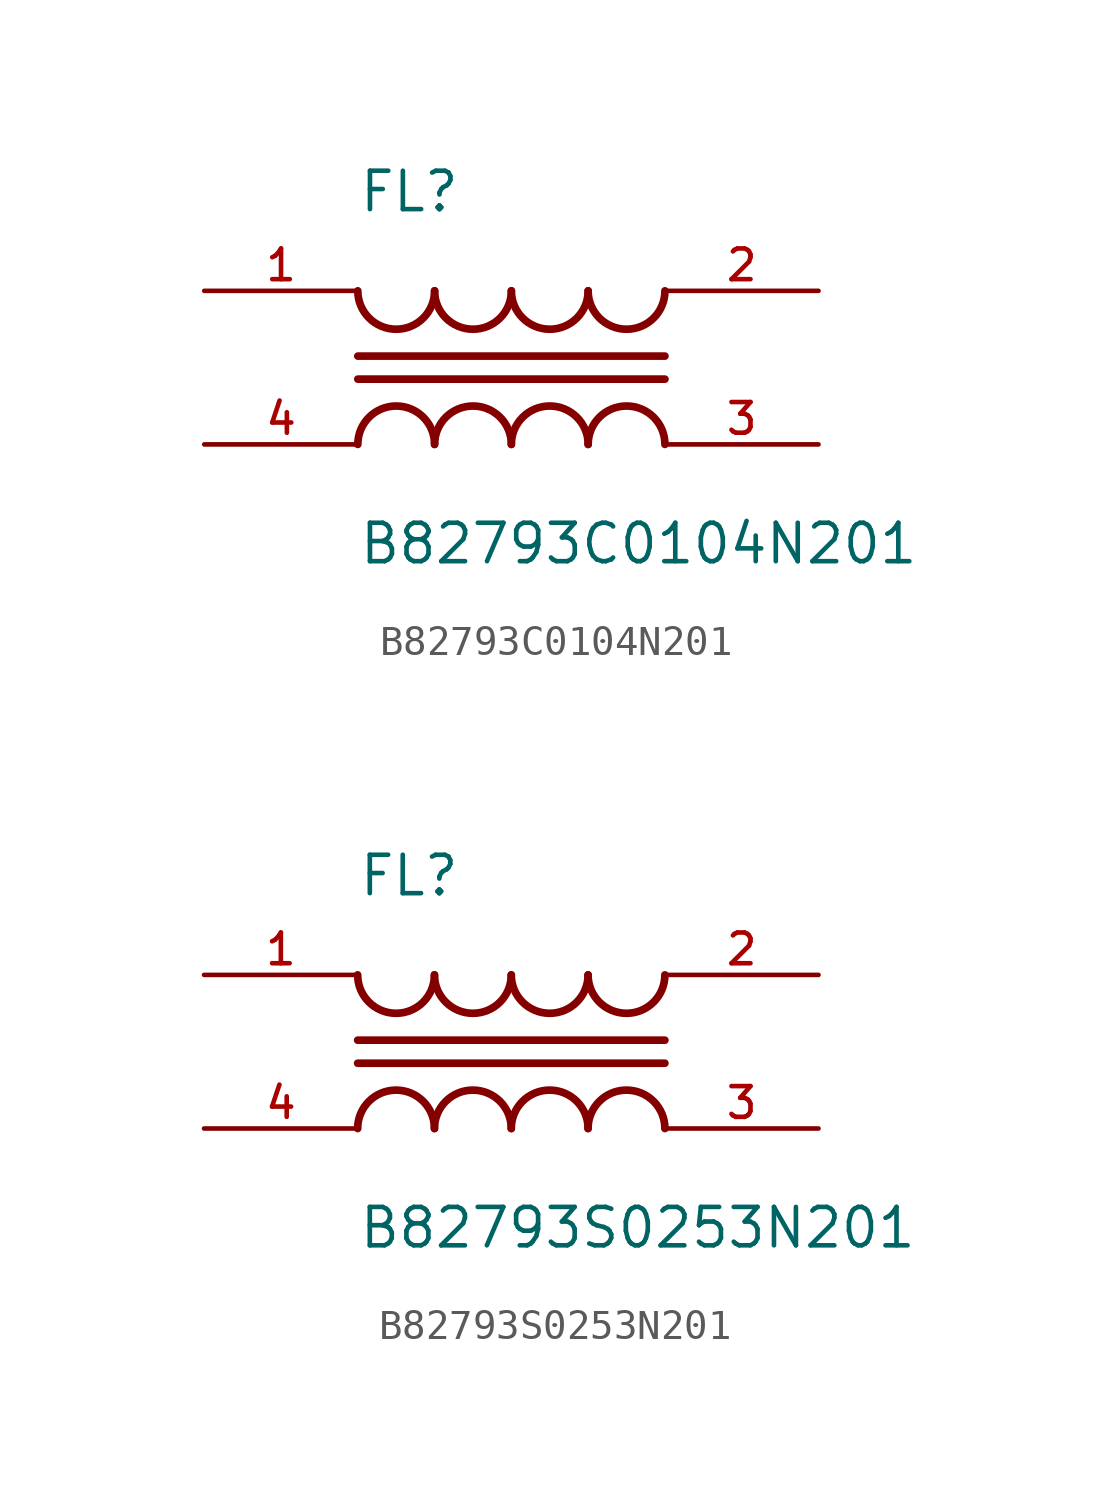
<source format=kicad_sym>
(kicad_symbol_lib
  (version 20231120)
  (generator "kicad_symbol_editor")
  (generator_version "8.0")
  (symbol "B82793C0104N201"
    (pin_names
      (offset 1.016))
    (property "Reference" "FL"
      (at -5.08 5.08 0)
      (effects (font (size 1.27 1.27)) (justify left bottom)))
    (property "Value" "B82793C0104N201"
      (at -5.08 -5.08 0)
      (effects (font (size 1.27 1.27)) (justify left top)))
    (symbol "B82793C0104N201_0_0"
      (arc (start -5.08 2.54) (mid -3.81 1.2755) (end -2.54 2.54) (stroke (width 0.254) (type default)) (fill (type none)))
      (arc (start -2.54 -2.54) (mid -3.81 -1.2755) (end -5.08 -2.54) (stroke (width 0.254) (type default)) (fill (type none)))
      (arc (start -2.54 2.54) (mid -1.27 1.2755) (end 0 2.54) (stroke (width 0.254) (type default)) (fill (type none)))
      (arc (start 0 -2.54) (mid -1.27 -1.2755) (end -2.54 -2.54) (stroke (width 0.254) (type default)) (fill (type none)))
      (polyline (pts (xy -5.08 -0.381) (xy 5.08 -0.381)) (stroke (width 0.254) (type default)) (fill (type none)))
      (polyline (pts (xy -5.08 0.381) (xy 5.08 0.381)) (stroke (width 0.254) (type default)) (fill (type none)))
      (arc (start 0 2.54) (mid 1.27 1.2755) (end 2.54 2.54) (stroke (width 0.254) (type default)) (fill (type none)))
      (arc (start 2.54 -2.54) (mid 1.27 -1.2755) (end 0 -2.54) (stroke (width 0.254) (type default)) (fill (type none)))
      (arc (start 2.54 2.54) (mid 3.81 1.2755) (end 5.08 2.54) (stroke (width 0.254) (type default)) (fill (type none)))
      (arc (start 5.08 -2.54) (mid 3.81 -1.2755) (end 2.54 -2.54) (stroke (width 0.254) (type default)) (fill (type none)))
      (pin passive line (at -10.16 2.54 0) (length 5.08) (name "~" (effects (font (size 1.016 1.016)))) (number "1" (effects (font (size 1.016 1.016)))))
      (pin passive line (at 10.16 2.54 180) (length 5.08) (name "~" (effects (font (size 1.016 1.016)))) (number "2" (effects (font (size 1.016 1.016)))))
      (pin passive line (at 10.16 -2.54 180) (length 5.08) (name "~" (effects (font (size 1.016 1.016)))) (number "3" (effects (font (size 1.016 1.016)))))
      (pin passive line (at -10.16 -2.54 0) (length 5.08) (name "~" (effects (font (size 1.016 1.016)))) (number "4" (effects (font (size 1.016 1.016)))))))
  (symbol "B82793S0253N201"
    (pin_names
      (offset 1.016))
    (property "Reference" "FL"
      (at -5.08 5.08 0)
      (effects (font (size 1.27 1.27)) (justify left bottom)))
    (property "Value" "B82793S0253N201"
      (at -5.08 -5.08 0)
      (effects (font (size 1.27 1.27)) (justify left top)))
    (symbol "B82793S0253N201_0_0"
      (arc (start -5.08 2.54) (mid -3.81 1.2755) (end -2.54 2.54) (stroke (width 0.254) (type default)) (fill (type none)))
      (arc (start -2.54 -2.54) (mid -3.81 -1.2755) (end -5.08 -2.54) (stroke (width 0.254) (type default)) (fill (type none)))
      (arc (start -2.54 2.54) (mid -1.27 1.2755) (end 0 2.54) (stroke (width 0.254) (type default)) (fill (type none)))
      (arc (start 0 -2.54) (mid -1.27 -1.2755) (end -2.54 -2.54) (stroke (width 0.254) (type default)) (fill (type none)))
      (polyline (pts (xy -5.08 -0.381) (xy 5.08 -0.381)) (stroke (width 0.254) (type default)) (fill (type none)))
      (polyline (pts (xy -5.08 0.381) (xy 5.08 0.381)) (stroke (width 0.254) (type default)) (fill (type none)))
      (arc (start 0 2.54) (mid 1.27 1.2755) (end 2.54 2.54) (stroke (width 0.254) (type default)) (fill (type none)))
      (arc (start 2.54 -2.54) (mid 1.27 -1.2755) (end 0 -2.54) (stroke (width 0.254) (type default)) (fill (type none)))
      (arc (start 2.54 2.54) (mid 3.81 1.2755) (end 5.08 2.54) (stroke (width 0.254) (type default)) (fill (type none)))
      (arc (start 5.08 -2.54) (mid 3.81 -1.2755) (end 2.54 -2.54) (stroke (width 0.254) (type default)) (fill (type none)))
      (pin passive line (at -10.16 2.54 0) (length 5.08) (name "~" (effects (font (size 1.016 1.016)))) (number "1" (effects (font (size 1.016 1.016)))))
      (pin passive line (at 10.16 2.54 180) (length 5.08) (name "~" (effects (font (size 1.016 1.016)))) (number "2" (effects (font (size 1.016 1.016)))))
      (pin passive line (at 10.16 -2.54 180) (length 5.08) (name "~" (effects (font (size 1.016 1.016)))) (number "3" (effects (font (size 1.016 1.016)))))
      (pin passive line (at -10.16 -2.54 0) (length 5.08) (name "~" (effects (font (size 1.016 1.016)))) (number "4" (effects (font (size 1.016 1.016))))))))
</source>
